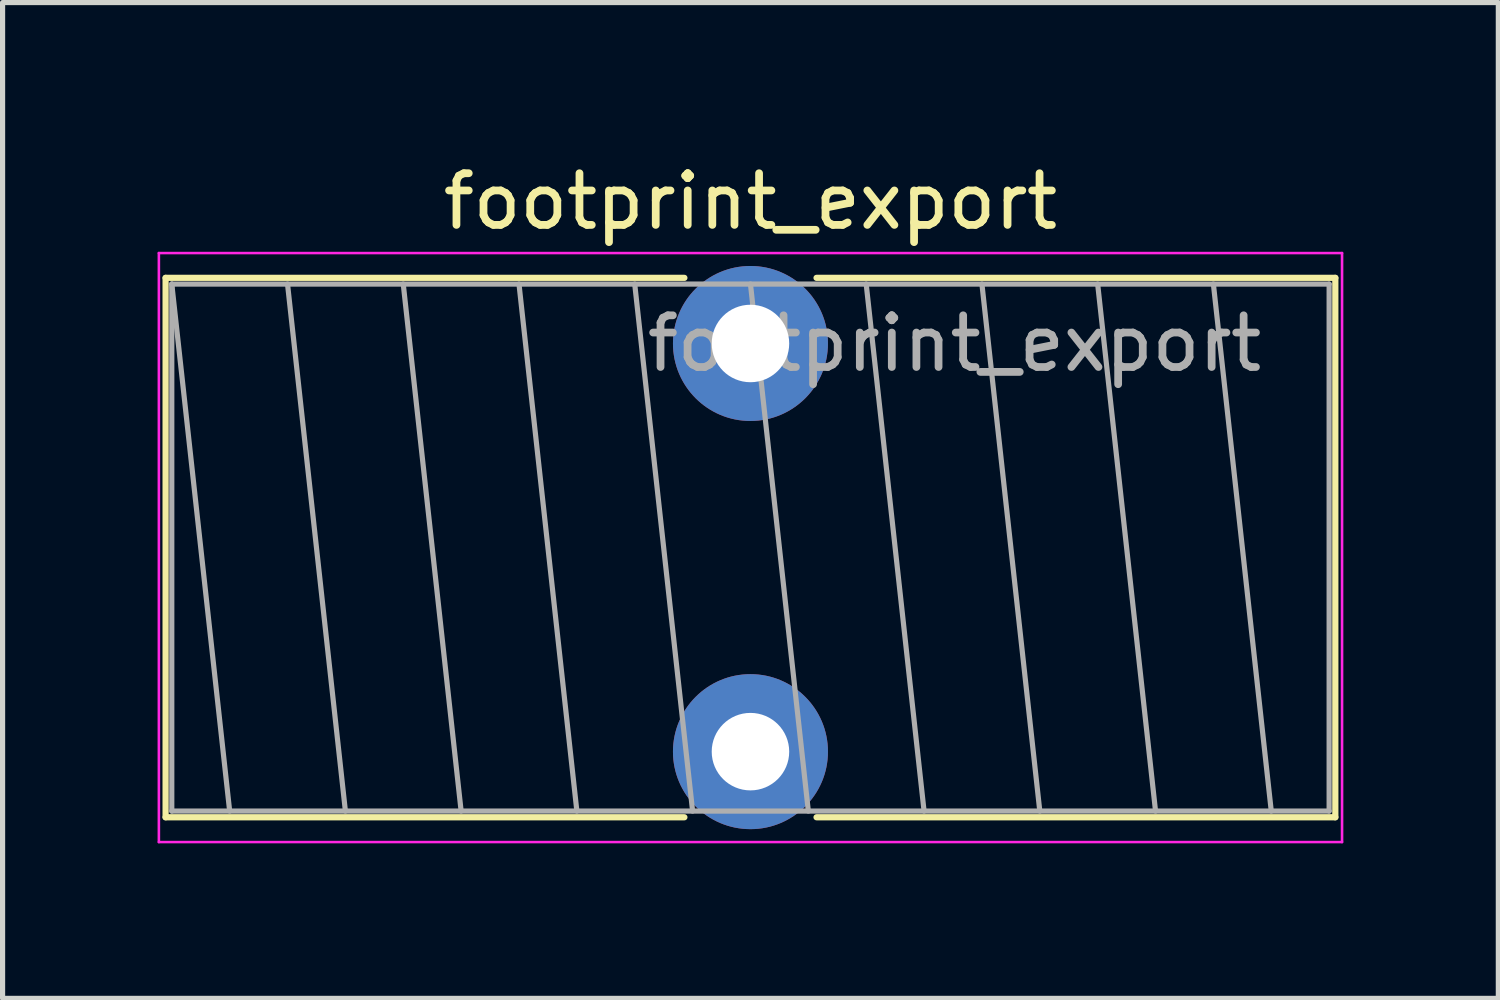
<source format=kicad_pcb>
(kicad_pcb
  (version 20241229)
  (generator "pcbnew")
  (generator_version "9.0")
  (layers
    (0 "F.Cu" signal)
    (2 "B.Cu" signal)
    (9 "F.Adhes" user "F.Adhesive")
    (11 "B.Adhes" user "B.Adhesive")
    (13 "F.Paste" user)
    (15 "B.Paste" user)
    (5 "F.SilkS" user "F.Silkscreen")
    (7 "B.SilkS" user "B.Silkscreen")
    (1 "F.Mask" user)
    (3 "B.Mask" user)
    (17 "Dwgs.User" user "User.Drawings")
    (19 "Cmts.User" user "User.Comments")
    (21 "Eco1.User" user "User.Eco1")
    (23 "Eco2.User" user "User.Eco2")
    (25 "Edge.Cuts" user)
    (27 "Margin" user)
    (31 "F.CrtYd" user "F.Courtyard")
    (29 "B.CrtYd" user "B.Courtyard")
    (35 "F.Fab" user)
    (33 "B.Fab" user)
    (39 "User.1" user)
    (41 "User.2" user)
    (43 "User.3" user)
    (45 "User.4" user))
  (footprint "footprint_export"
    (layer "F.Cu")
    (at 11.475 3.598)
    (property "Reference" "footprint_export" (at 0 -2.75 0) (layer "F.SilkS") (effects (font (size 1 1) (thickness 0.15))))
    (attr through_hole)
    (fp_line (start -11.32 -1.27) (end -11.32 9.17) (stroke (width 0.12) (type solid)) (layer "F.SilkS"))
    (fp_line (start -11.32 -1.27) (end -1.279 -1.27) (stroke (width 0.12) (type solid)) (layer "F.SilkS"))
    (fp_line (start -11.32 9.17) (end -1.279 9.17) (stroke (width 0.12) (type solid)) (layer "F.SilkS"))
    (fp_line (start 1.279 -1.27) (end 11.32 -1.27) (stroke (width 0.12) (type solid)) (layer "F.SilkS"))
    (fp_line (start 1.279 9.17) (end 11.32 9.17) (stroke (width 0.12) (type solid)) (layer "F.SilkS"))
    (fp_line (start 11.32 -1.27) (end 11.32 9.17) (stroke (width 0.12) (type solid)) (layer "F.SilkS"))
    (fp_line (start -11.45 -1.75) (end -11.45 9.65) (stroke (width 0.05) (type solid)) (layer "F.CrtYd"))
    (fp_line (start -11.45 9.65) (end 11.45 9.65) (stroke (width 0.05) (type solid)) (layer "F.CrtYd"))
    (fp_line (start 11.45 -1.75) (end -11.45 -1.75) (stroke (width 0.05) (type solid)) (layer "F.CrtYd"))
    (fp_line (start 11.45 9.65) (end 11.45 -1.75) (stroke (width 0.05) (type solid)) (layer "F.CrtYd"))
    (fp_line (start -11.2 -1.15) (end -11.2 9.05) (stroke (width 0.1) (type solid)) (layer "F.Fab"))
    (fp_line (start -11.2 -1.15) (end -10.08 9.05) (stroke (width 0.1) (type solid)) (layer "F.Fab"))
    (fp_line (start -11.2 9.05) (end 11.2 9.05) (stroke (width 0.1) (type solid)) (layer "F.Fab"))
    (fp_line (start -8.96 -1.15) (end -7.84 9.05) (stroke (width 0.1) (type solid)) (layer "F.Fab"))
    (fp_line (start -6.72 -1.15) (end -5.6 9.05) (stroke (width 0.1) (type solid)) (layer "F.Fab"))
    (fp_line (start -4.48 -1.15) (end -3.36 9.05) (stroke (width 0.1) (type solid)) (layer "F.Fab"))
    (fp_line (start -2.24 -1.15) (end -1.12 9.05) (stroke (width 0.1) (type solid)) (layer "F.Fab"))
    (fp_line (start 0 -1.15) (end 1.12 9.05) (stroke (width 0.1) (type solid)) (layer "F.Fab"))
    (fp_line (start 2.24 -1.15) (end 3.36 9.05) (stroke (width 0.1) (type solid)) (layer "F.Fab"))
    (fp_line (start 4.48 -1.15) (end 5.6 9.05) (stroke (width 0.1) (type solid)) (layer "F.Fab"))
    (fp_line (start 6.72 -1.15) (end 7.84 9.05) (stroke (width 0.1) (type solid)) (layer "F.Fab"))
    (fp_line (start 8.96 -1.15) (end 10.08 9.05) (stroke (width 0.1) (type solid)) (layer "F.Fab"))
    (fp_line (start 11.2 -1.15) (end -11.2 -1.15) (stroke (width 0.1) (type solid)) (layer "F.Fab"))
    (fp_line (start 11.2 9.05) (end 11.2 -1.15) (stroke (width 0.1) (type solid)) (layer "F.Fab"))
    (fp_text user "${REFERENCE}" (at 3.95 0 0) (layer "F.Fab") (effects (font (size 1 1) (thickness 0.15))))
    (pad "1" thru_hole circle (at 0 0) (size 3 3) (drill 1.5) (layers "*.Cu" "*.Mask"))
    (pad "2" thru_hole circle (at 0 7.9) (size 3 3) (drill 1.5) (layers "*.Cu" "*.Mask")))
  (gr_rect
    (start -3 -3)
    (end 25.95 16.273)
    (stroke (width 0.1) (type default))
    (fill no)
    (layer "Edge.Cuts")))
</source>
